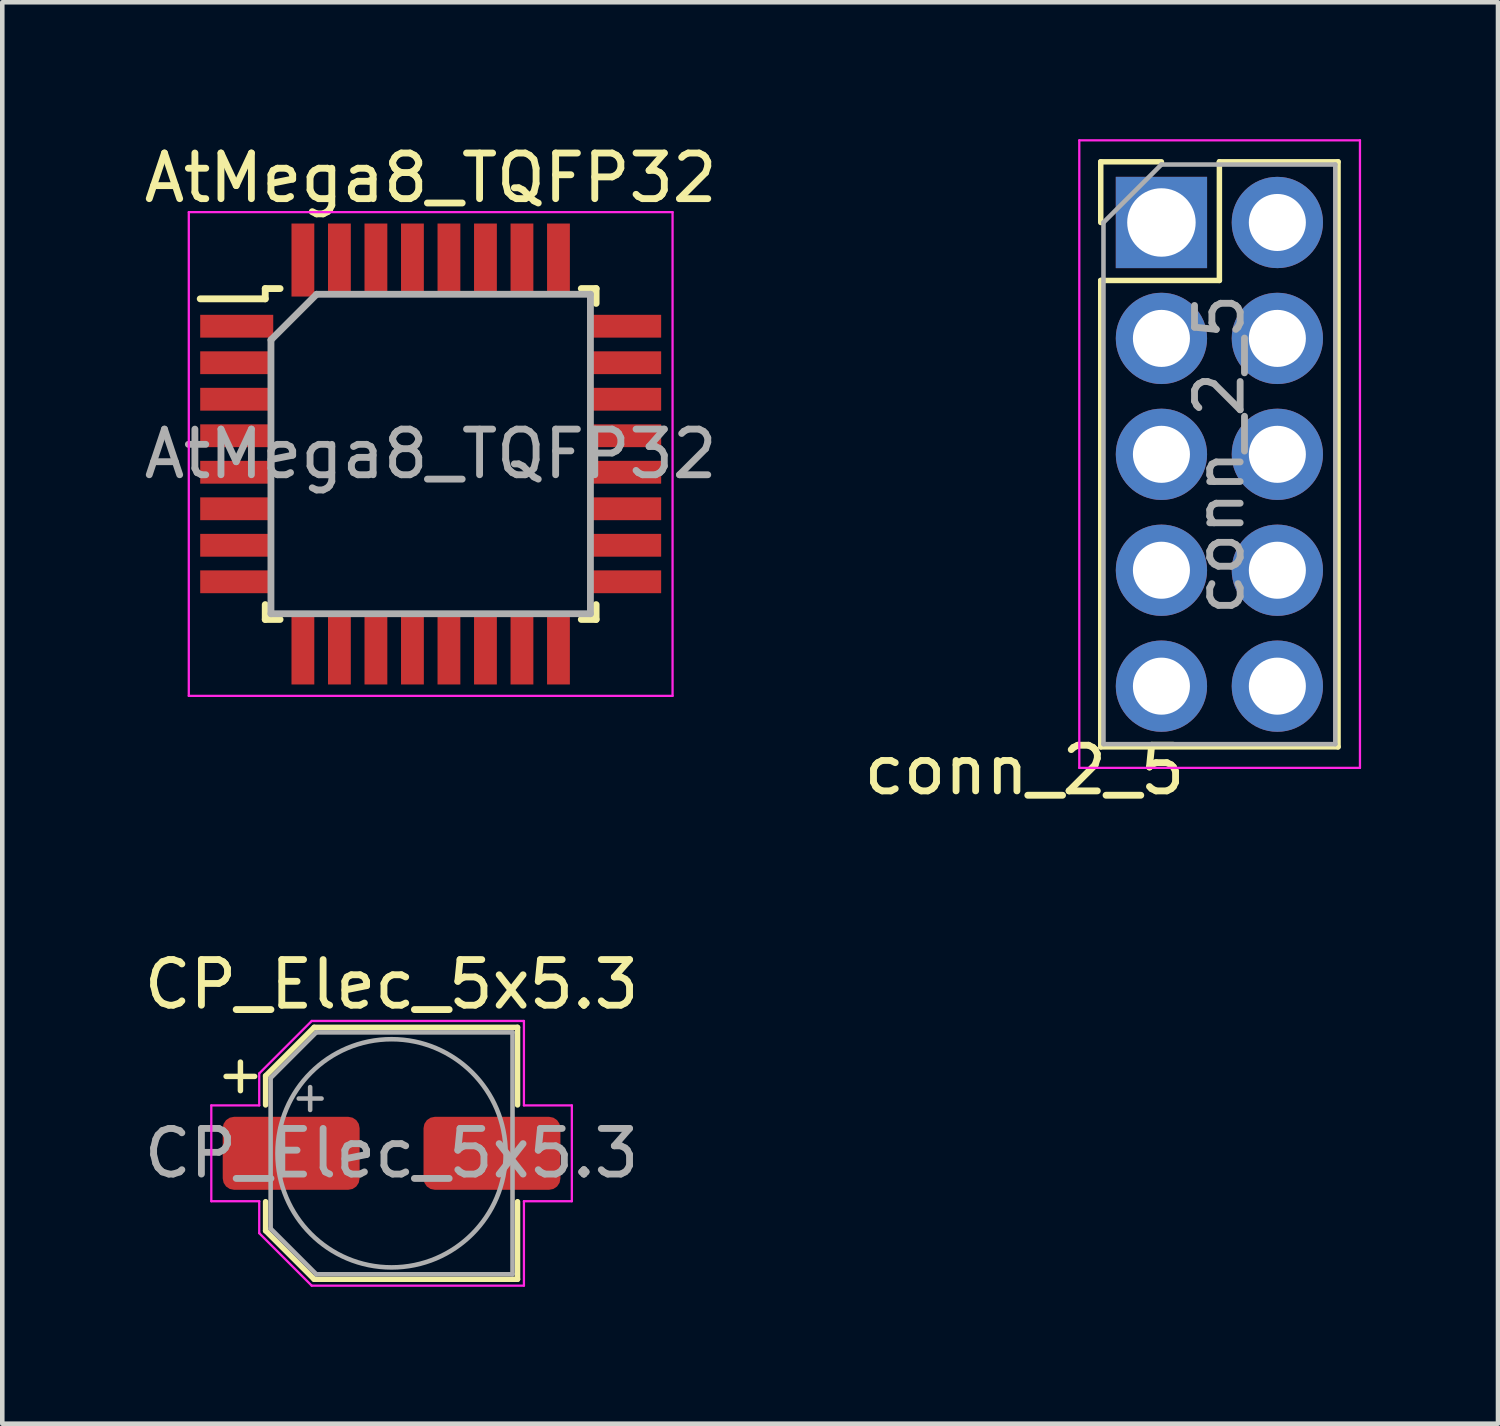
<source format=kicad_pcb>
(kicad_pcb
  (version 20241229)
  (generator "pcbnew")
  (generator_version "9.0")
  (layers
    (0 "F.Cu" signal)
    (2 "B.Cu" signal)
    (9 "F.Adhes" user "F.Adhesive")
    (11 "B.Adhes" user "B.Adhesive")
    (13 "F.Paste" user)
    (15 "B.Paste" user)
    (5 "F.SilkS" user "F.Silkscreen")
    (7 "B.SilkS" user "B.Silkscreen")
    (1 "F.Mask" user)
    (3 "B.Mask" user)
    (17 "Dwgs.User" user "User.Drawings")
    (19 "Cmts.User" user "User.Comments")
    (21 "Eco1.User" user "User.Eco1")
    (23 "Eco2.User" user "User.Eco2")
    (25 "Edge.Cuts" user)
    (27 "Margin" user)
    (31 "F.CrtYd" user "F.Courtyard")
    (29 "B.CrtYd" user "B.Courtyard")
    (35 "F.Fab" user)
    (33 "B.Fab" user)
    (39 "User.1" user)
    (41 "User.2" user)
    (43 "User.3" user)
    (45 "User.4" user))
  (footprint "CP_Elec_5x5.3"
    (layer "F.Cu")
    (at 5.53 22.221)
    (property "Reference" "CP_Elec_5x5.3" (at 0 -3.7 0) (layer "F.SilkS") (effects (font (size 1 1) (thickness 0.15))))
    (attr smd)
    (fp_line (start -3.625 -1.685) (end -3 -1.685) (stroke (width 0.12) (type solid)) (layer "F.SilkS"))
    (fp_line (start -3.312 -1.998) (end -3.312 -1.373) (stroke (width 0.12) (type solid)) (layer "F.SilkS"))
    (fp_line (start -2.76 -1.696) (end -2.76 -1.06) (stroke (width 0.12) (type solid)) (layer "F.SilkS"))
    (fp_line (start -2.76 -1.696) (end -1.696 -2.76) (stroke (width 0.12) (type solid)) (layer "F.SilkS"))
    (fp_line (start -2.76 1.696) (end -2.76 1.06) (stroke (width 0.12) (type solid)) (layer "F.SilkS"))
    (fp_line (start -2.76 1.696) (end -1.696 2.76) (stroke (width 0.12) (type solid)) (layer "F.SilkS"))
    (fp_line (start -1.696 -2.76) (end 2.76 -2.76) (stroke (width 0.12) (type solid)) (layer "F.SilkS"))
    (fp_line (start -1.696 2.76) (end 2.76 2.76) (stroke (width 0.12) (type solid)) (layer "F.SilkS"))
    (fp_line (start 2.76 -2.76) (end 2.76 -1.06) (stroke (width 0.12) (type solid)) (layer "F.SilkS"))
    (fp_line (start 2.76 2.76) (end 2.76 1.06) (stroke (width 0.12) (type solid)) (layer "F.SilkS"))
    (fp_line (start -3.95 -1.05) (end -3.95 1.05) (stroke (width 0.05) (type solid)) (layer "F.CrtYd"))
    (fp_line (start -3.95 1.05) (end -2.9 1.05) (stroke (width 0.05) (type solid)) (layer "F.CrtYd"))
    (fp_line (start -2.9 -1.75) (end -2.9 -1.05) (stroke (width 0.05) (type solid)) (layer "F.CrtYd"))
    (fp_line (start -2.9 -1.75) (end -1.75 -2.9) (stroke (width 0.05) (type solid)) (layer "F.CrtYd"))
    (fp_line (start -2.9 -1.05) (end -3.95 -1.05) (stroke (width 0.05) (type solid)) (layer "F.CrtYd"))
    (fp_line (start -2.9 1.05) (end -2.9 1.75) (stroke (width 0.05) (type solid)) (layer "F.CrtYd"))
    (fp_line (start -2.9 1.75) (end -1.75 2.9) (stroke (width 0.05) (type solid)) (layer "F.CrtYd"))
    (fp_line (start -1.75 -2.9) (end 2.9 -2.9) (stroke (width 0.05) (type solid)) (layer "F.CrtYd"))
    (fp_line (start -1.75 2.9) (end 2.9 2.9) (stroke (width 0.05) (type solid)) (layer "F.CrtYd"))
    (fp_line (start 2.9 -2.9) (end 2.9 -1.05) (stroke (width 0.05) (type solid)) (layer "F.CrtYd"))
    (fp_line (start 2.9 -1.05) (end 3.95 -1.05) (stroke (width 0.05) (type solid)) (layer "F.CrtYd"))
    (fp_line (start 2.9 1.05) (end 2.9 2.9) (stroke (width 0.05) (type solid)) (layer "F.CrtYd"))
    (fp_line (start 3.95 -1.05) (end 3.95 1.05) (stroke (width 0.05) (type solid)) (layer "F.CrtYd"))
    (fp_line (start 3.95 1.05) (end 2.9 1.05) (stroke (width 0.05) (type solid)) (layer "F.CrtYd"))
    (fp_line (start -2.65 -1.65) (end -2.65 1.65) (stroke (width 0.1) (type solid)) (layer "F.Fab"))
    (fp_line (start -2.65 -1.65) (end -1.65 -2.65) (stroke (width 0.1) (type solid)) (layer "F.Fab"))
    (fp_line (start -2.65 1.65) (end -1.65 2.65) (stroke (width 0.1) (type solid)) (layer "F.Fab"))
    (fp_line (start -2.034 -1.2) (end -1.534 -1.2) (stroke (width 0.1) (type solid)) (layer "F.Fab"))
    (fp_line (start -1.784 -1.45) (end -1.784 -0.95) (stroke (width 0.1) (type solid)) (layer "F.Fab"))
    (fp_line (start -1.65 -2.65) (end 2.65 -2.65) (stroke (width 0.1) (type solid)) (layer "F.Fab"))
    (fp_line (start -1.65 2.65) (end 2.65 2.65) (stroke (width 0.1) (type solid)) (layer "F.Fab"))
    (fp_line (start 2.65 -2.65) (end 2.65 2.65) (stroke (width 0.1) (type solid)) (layer "F.Fab"))
    (fp_circle (center 0 0) (end 2.5 0) (stroke (width 0.1) (type solid)) (fill no) (layer "F.Fab"))
    (fp_text user "${REFERENCE}" (at 0 0 0) (layer "F.Fab") (effects (font (size 1 1) (thickness 0.15))))
    (pad "1" smd roundrect (at -2.2 0) (size 3 1.6) (layers "F.Cu" "F.Mask" "F.Paste") (roundrect_rratio 0.156))
    (pad "2" smd roundrect (at 2.2 0) (size 3 1.6) (layers "F.Cu" "F.Mask" "F.Paste") (roundrect_rratio 0.156)))
  (footprint "AtMega8_TQFP32"
    (layer "F.Cu")
    (at 6.387 6.898)
    (property "Reference" "AtMega8_TQFP32" (at 0 -6.05 0) (layer "F.SilkS") (effects (font (size 1 1) (thickness 0.15))))
    (attr smd)
    (fp_line (start -3.625 -3.625) (end -3.625 -3.4) (stroke (width 0.15) (type solid)) (layer "F.SilkS"))
    (fp_line (start -3.625 -3.625) (end -3.3 -3.625) (stroke (width 0.15) (type solid)) (layer "F.SilkS"))
    (fp_line (start -3.625 -3.4) (end -5.05 -3.4) (stroke (width 0.15) (type solid)) (layer "F.SilkS"))
    (fp_line (start -3.625 3.625) (end -3.625 3.3) (stroke (width 0.15) (type solid)) (layer "F.SilkS"))
    (fp_line (start -3.625 3.625) (end -3.3 3.625) (stroke (width 0.15) (type solid)) (layer "F.SilkS"))
    (fp_line (start 3.625 -3.625) (end 3.3 -3.625) (stroke (width 0.15) (type solid)) (layer "F.SilkS"))
    (fp_line (start 3.625 -3.625) (end 3.625 -3.3) (stroke (width 0.15) (type solid)) (layer "F.SilkS"))
    (fp_line (start 3.625 3.625) (end 3.3 3.625) (stroke (width 0.15) (type solid)) (layer "F.SilkS"))
    (fp_line (start 3.625 3.625) (end 3.625 3.3) (stroke (width 0.15) (type solid)) (layer "F.SilkS"))
    (fp_line (start -5.3 -5.3) (end -5.3 5.3) (stroke (width 0.05) (type solid)) (layer "F.CrtYd"))
    (fp_line (start -5.3 -5.3) (end 5.3 -5.3) (stroke (width 0.05) (type solid)) (layer "F.CrtYd"))
    (fp_line (start -5.3 5.3) (end 5.3 5.3) (stroke (width 0.05) (type solid)) (layer "F.CrtYd"))
    (fp_line (start 5.3 -5.3) (end 5.3 5.3) (stroke (width 0.05) (type solid)) (layer "F.CrtYd"))
    (fp_line (start -3.5 -2.5) (end -2.5 -3.5) (stroke (width 0.15) (type solid)) (layer "F.Fab"))
    (fp_line (start -3.5 3.5) (end -3.5 -2.5) (stroke (width 0.15) (type solid)) (layer "F.Fab"))
    (fp_line (start -2.5 -3.5) (end 3.5 -3.5) (stroke (width 0.15) (type solid)) (layer "F.Fab"))
    (fp_line (start 3.5 -3.5) (end 3.5 3.5) (stroke (width 0.15) (type solid)) (layer "F.Fab"))
    (fp_line (start 3.5 3.5) (end -3.5 3.5) (stroke (width 0.15) (type solid)) (layer "F.Fab"))
    (fp_text user "${REFERENCE}" (at 0 0 0) (layer "F.Fab") (effects (font (size 1 1) (thickness 0.15))))
    (pad "1" smd rect (at -4.25 -2.8) (size 1.6 0.5) (layers "F.Cu" "F.Mask" "F.Paste"))
    (pad "2" smd rect (at -4.25 -2) (size 1.6 0.5) (layers "F.Cu" "F.Mask" "F.Paste"))
    (pad "3" smd rect (at -4.25 -1.2) (size 1.6 0.5) (layers "F.Cu" "F.Mask" "F.Paste"))
    (pad "4" smd rect (at -4.25 -0.4) (size 1.6 0.5) (layers "F.Cu" "F.Mask" "F.Paste"))
    (pad "5" smd rect (at -4.25 0.4) (size 1.6 0.5) (layers "F.Cu" "F.Mask" "F.Paste"))
    (pad "6" smd rect (at -4.25 1.2) (size 1.6 0.5) (layers "F.Cu" "F.Mask" "F.Paste"))
    (pad "7" smd rect (at -4.25 2) (size 1.6 0.5) (layers "F.Cu" "F.Mask" "F.Paste"))
    (pad "8" smd rect (at -4.25 2.8) (size 1.6 0.5) (layers "F.Cu" "F.Mask" "F.Paste"))
    (pad "9" smd rect (at -2.8 4.25 90) (size 1.6 0.5) (layers "F.Cu" "F.Mask" "F.Paste"))
    (pad "10" smd rect (at -2 4.25 90) (size 1.6 0.5) (layers "F.Cu" "F.Mask" "F.Paste"))
    (pad "11" smd rect (at -1.2 4.25 90) (size 1.6 0.5) (layers "F.Cu" "F.Mask" "F.Paste"))
    (pad "12" smd rect (at -0.4 4.25 90) (size 1.6 0.5) (layers "F.Cu" "F.Mask" "F.Paste"))
    (pad "13" smd rect (at 0.4 4.25 90) (size 1.6 0.5) (layers "F.Cu" "F.Mask" "F.Paste"))
    (pad "14" smd rect (at 1.2 4.25 90) (size 1.6 0.5) (layers "F.Cu" "F.Mask" "F.Paste"))
    (pad "15" smd rect (at 2 4.25 90) (size 1.6 0.5) (layers "F.Cu" "F.Mask" "F.Paste"))
    (pad "16" smd rect (at 2.8 4.25 90) (size 1.6 0.5) (layers "F.Cu" "F.Mask" "F.Paste"))
    (pad "17" smd rect (at 4.25 2.8) (size 1.6 0.5) (layers "F.Cu" "F.Mask" "F.Paste"))
    (pad "18" smd rect (at 4.25 2) (size 1.6 0.5) (layers "F.Cu" "F.Mask" "F.Paste"))
    (pad "19" smd rect (at 4.25 1.2) (size 1.6 0.5) (layers "F.Cu" "F.Mask" "F.Paste"))
    (pad "20" smd rect (at 4.25 0.4) (size 1.6 0.5) (layers "F.Cu" "F.Mask" "F.Paste"))
    (pad "21" smd rect (at 4.25 -0.4) (size 1.6 0.5) (layers "F.Cu" "F.Mask" "F.Paste"))
    (pad "22" smd rect (at 4.25 -1.2) (size 1.6 0.5) (layers "F.Cu" "F.Mask" "F.Paste"))
    (pad "23" smd rect (at 4.25 -2) (size 1.6 0.5) (layers "F.Cu" "F.Mask" "F.Paste"))
    (pad "24" smd rect (at 4.25 -2.8) (size 1.6 0.5) (layers "F.Cu" "F.Mask" "F.Paste"))
    (pad "25" smd rect (at 2.8 -4.25 90) (size 1.6 0.5) (layers "F.Cu" "F.Mask" "F.Paste"))
    (pad "26" smd rect (at 2 -4.25 90) (size 1.6 0.5) (layers "F.Cu" "F.Mask" "F.Paste"))
    (pad "27" smd rect (at 1.2 -4.25 90) (size 1.6 0.5) (layers "F.Cu" "F.Mask" "F.Paste"))
    (pad "28" smd rect (at 0.4 -4.25 90) (size 1.6 0.5) (layers "F.Cu" "F.Mask" "F.Paste"))
    (pad "29" smd rect (at -0.4 -4.25 90) (size 1.6 0.5) (layers "F.Cu" "F.Mask" "F.Paste"))
    (pad "30" smd rect (at -1.2 -4.25 90) (size 1.6 0.5) (layers "F.Cu" "F.Mask" "F.Paste"))
    (pad "31" smd rect (at -2 -4.25 90) (size 1.6 0.5) (layers "F.Cu" "F.Mask" "F.Paste"))
    (pad "32" smd rect (at -2.8 -4.25 90) (size 1.6 0.5) (layers "F.Cu" "F.Mask" "F.Paste")))
  (footprint "conn_2_5"
    (layer "F.Cu")
    (at 22.399 1.825)
    (property "Reference" "conn_2_5" (at -3 12 0) (layer "F.SilkS") (effects (font (size 1 1) (thickness 0.15))))
    (attr through_hole)
    (fp_line (start -1.33 -1.33) (end 0 -1.33) (stroke (width 0.12) (type solid)) (layer "F.SilkS"))
    (fp_line (start -1.33 0) (end -1.33 -1.33) (stroke (width 0.12) (type solid)) (layer "F.SilkS"))
    (fp_line (start -1.33 1.27) (end -1.33 11.49) (stroke (width 0.12) (type solid)) (layer "F.SilkS"))
    (fp_line (start -1.33 1.27) (end 1.27 1.27) (stroke (width 0.12) (type solid)) (layer "F.SilkS"))
    (fp_line (start -1.33 11.49) (end 3.87 11.49) (stroke (width 0.12) (type solid)) (layer "F.SilkS"))
    (fp_line (start 1.27 -1.33) (end 3.87 -1.33) (stroke (width 0.12) (type solid)) (layer "F.SilkS"))
    (fp_line (start 1.27 1.27) (end 1.27 -1.33) (stroke (width 0.12) (type solid)) (layer "F.SilkS"))
    (fp_line (start 3.87 -1.33) (end 3.87 11.49) (stroke (width 0.12) (type solid)) (layer "F.SilkS"))
    (fp_line (start -1.8 -1.8) (end -1.8 11.95) (stroke (width 0.05) (type solid)) (layer "F.CrtYd"))
    (fp_line (start -1.8 11.95) (end 4.35 11.95) (stroke (width 0.05) (type solid)) (layer "F.CrtYd"))
    (fp_line (start 4.35 -1.8) (end -1.8 -1.8) (stroke (width 0.05) (type solid)) (layer "F.CrtYd"))
    (fp_line (start 4.35 11.95) (end 4.35 -1.8) (stroke (width 0.05) (type solid)) (layer "F.CrtYd"))
    (fp_line (start -1.27 0) (end 0 -1.27) (stroke (width 0.1) (type solid)) (layer "F.Fab"))
    (fp_line (start -1.27 11.43) (end -1.27 0) (stroke (width 0.1) (type solid)) (layer "F.Fab"))
    (fp_line (start 0 -1.27) (end 3.81 -1.27) (stroke (width 0.1) (type solid)) (layer "F.Fab"))
    (fp_line (start 3.81 -1.27) (end 3.81 11.43) (stroke (width 0.1) (type solid)) (layer "F.Fab"))
    (fp_line (start 3.81 11.43) (end -1.27 11.43) (stroke (width 0.1) (type solid)) (layer "F.Fab"))
    (fp_text user "${REFERENCE}" (at 1.27 5.08 90) (layer "F.Fab") (effects (font (size 1 1) (thickness 0.15))))
    (pad "1" thru_hole rect (at 0 0) (size 2 2) (drill 1.5) (layers "*.Cu" "*.Mask"))
    (pad "2" thru_hole oval (at 2.54 0) (size 2 2) (drill 1.25) (layers "*.Cu" "*.Mask"))
    (pad "3" thru_hole oval (at 0 2.54) (size 2 2) (drill 1.25) (layers "*.Cu" "*.Mask"))
    (pad "4" thru_hole oval (at 2.54 2.54) (size 2 2) (drill 1.25) (layers "*.Cu" "*.Mask"))
    (pad "5" thru_hole oval (at 0 5.08) (size 2 2) (drill 1.25) (layers "*.Cu" "*.Mask"))
    (pad "6" thru_hole oval (at 2.54 5.08) (size 2 2) (drill 1.25) (layers "*.Cu" "*.Mask"))
    (pad "7" thru_hole oval (at 0 7.62) (size 2 2) (drill 1.25) (layers "*.Cu" "*.Mask"))
    (pad "8" thru_hole oval (at 2.54 7.62) (size 2 2) (drill 1.25) (layers "*.Cu" "*.Mask"))
    (pad "9" thru_hole oval (at 0 10.16) (size 2 2) (drill 1.25) (layers "*.Cu" "*.Mask"))
    (pad "10" thru_hole oval (at 2.54 10.16) (size 2 2) (drill 1.25) (layers "*.Cu" "*.Mask")))
  (gr_rect
    (start -3 -3)
    (end 29.774 28.146)
    (stroke (width 0.1) (type default))
    (fill no)
    (layer "Edge.Cuts")))
</source>
